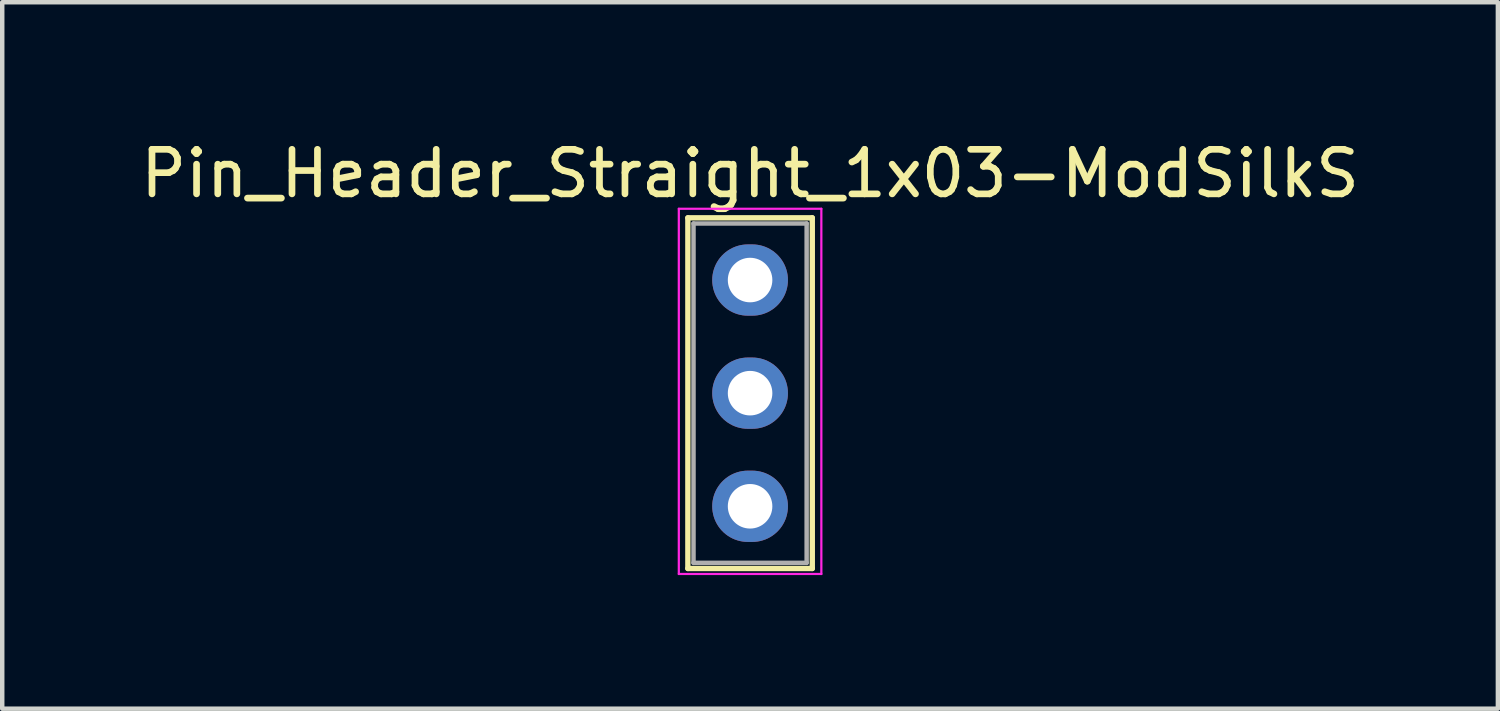
<source format=kicad_pcb>
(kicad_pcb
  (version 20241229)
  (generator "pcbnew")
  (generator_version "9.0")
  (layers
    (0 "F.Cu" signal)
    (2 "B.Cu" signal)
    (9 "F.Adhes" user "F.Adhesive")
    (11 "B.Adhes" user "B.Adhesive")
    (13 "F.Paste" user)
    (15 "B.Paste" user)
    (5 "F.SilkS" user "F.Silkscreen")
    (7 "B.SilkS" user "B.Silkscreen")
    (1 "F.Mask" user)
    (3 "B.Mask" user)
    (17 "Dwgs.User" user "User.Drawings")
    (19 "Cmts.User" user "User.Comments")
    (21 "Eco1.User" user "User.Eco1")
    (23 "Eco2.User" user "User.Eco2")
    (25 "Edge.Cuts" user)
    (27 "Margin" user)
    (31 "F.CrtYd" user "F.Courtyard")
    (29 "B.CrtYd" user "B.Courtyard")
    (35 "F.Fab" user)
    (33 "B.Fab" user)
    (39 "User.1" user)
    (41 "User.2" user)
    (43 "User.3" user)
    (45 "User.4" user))
  (footprint "Pin_Header_Straight_1x03-ModSilkS"
    (layer "F.Cu")
    (at 13.792 3.238)
    (property "Reference" "Pin_Header_Straight_1x03-ModSilkS" (at 0 -2.39 0) (layer "F.SilkS") (effects (font (size 1 1) (thickness 0.15))))
    (attr through_hole)
    (fp_line (start -1.397 -1.397) (end -1.397 6.477) (stroke (width 0.12) (type solid)) (layer "F.SilkS"))
    (fp_line (start -1.397 6.477) (end 1.397 6.477) (stroke (width 0.12) (type solid)) (layer "F.SilkS"))
    (fp_line (start 1.397 -1.397) (end -1.397 -1.397) (stroke (width 0.12) (type solid)) (layer "F.SilkS"))
    (fp_line (start 1.397 6.477) (end 1.397 -1.397) (stroke (width 0.12) (type solid)) (layer "F.SilkS"))
    (fp_line (start -1.6 -1.6) (end -1.6 6.6) (stroke (width 0.05) (type solid)) (layer "F.CrtYd"))
    (fp_line (start -1.6 6.6) (end 1.6 6.6) (stroke (width 0.05) (type solid)) (layer "F.CrtYd"))
    (fp_line (start 1.6 -1.6) (end -1.6 -1.6) (stroke (width 0.05) (type solid)) (layer "F.CrtYd"))
    (fp_line (start 1.6 6.6) (end 1.6 -1.6) (stroke (width 0.05) (type solid)) (layer "F.CrtYd"))
    (fp_line (start -1.27 -1.27) (end -1.27 6.35) (stroke (width 0.1) (type solid)) (layer "F.Fab"))
    (fp_line (start -1.27 6.35) (end 1.27 6.35) (stroke (width 0.1) (type solid)) (layer "F.Fab"))
    (fp_line (start 1.27 -1.27) (end -1.27 -1.27) (stroke (width 0.1) (type solid)) (layer "F.Fab"))
    (fp_line (start 1.27 6.35) (end 1.27 -1.27) (stroke (width 0.1) (type solid)) (layer "F.Fab"))
    (pad "1" thru_hole oval (at 0 0) (size 1.7 1.6) (drill 1) (layers "*.Cu" "*.Mask"))
    (pad "2" thru_hole oval (at 0 2.54) (size 1.7 1.6) (drill 1) (layers "*.Cu" "*.Mask"))
    (pad "3" thru_hole oval (at 0 5.08) (size 1.7 1.6) (drill 1) (layers "*.Cu" "*.Mask")))
  (gr_rect
    (start -3 -3)
    (end 30.583 12.863)
    (stroke (width 0.1) (type default))
    (fill no)
    (layer "Edge.Cuts")))
</source>
